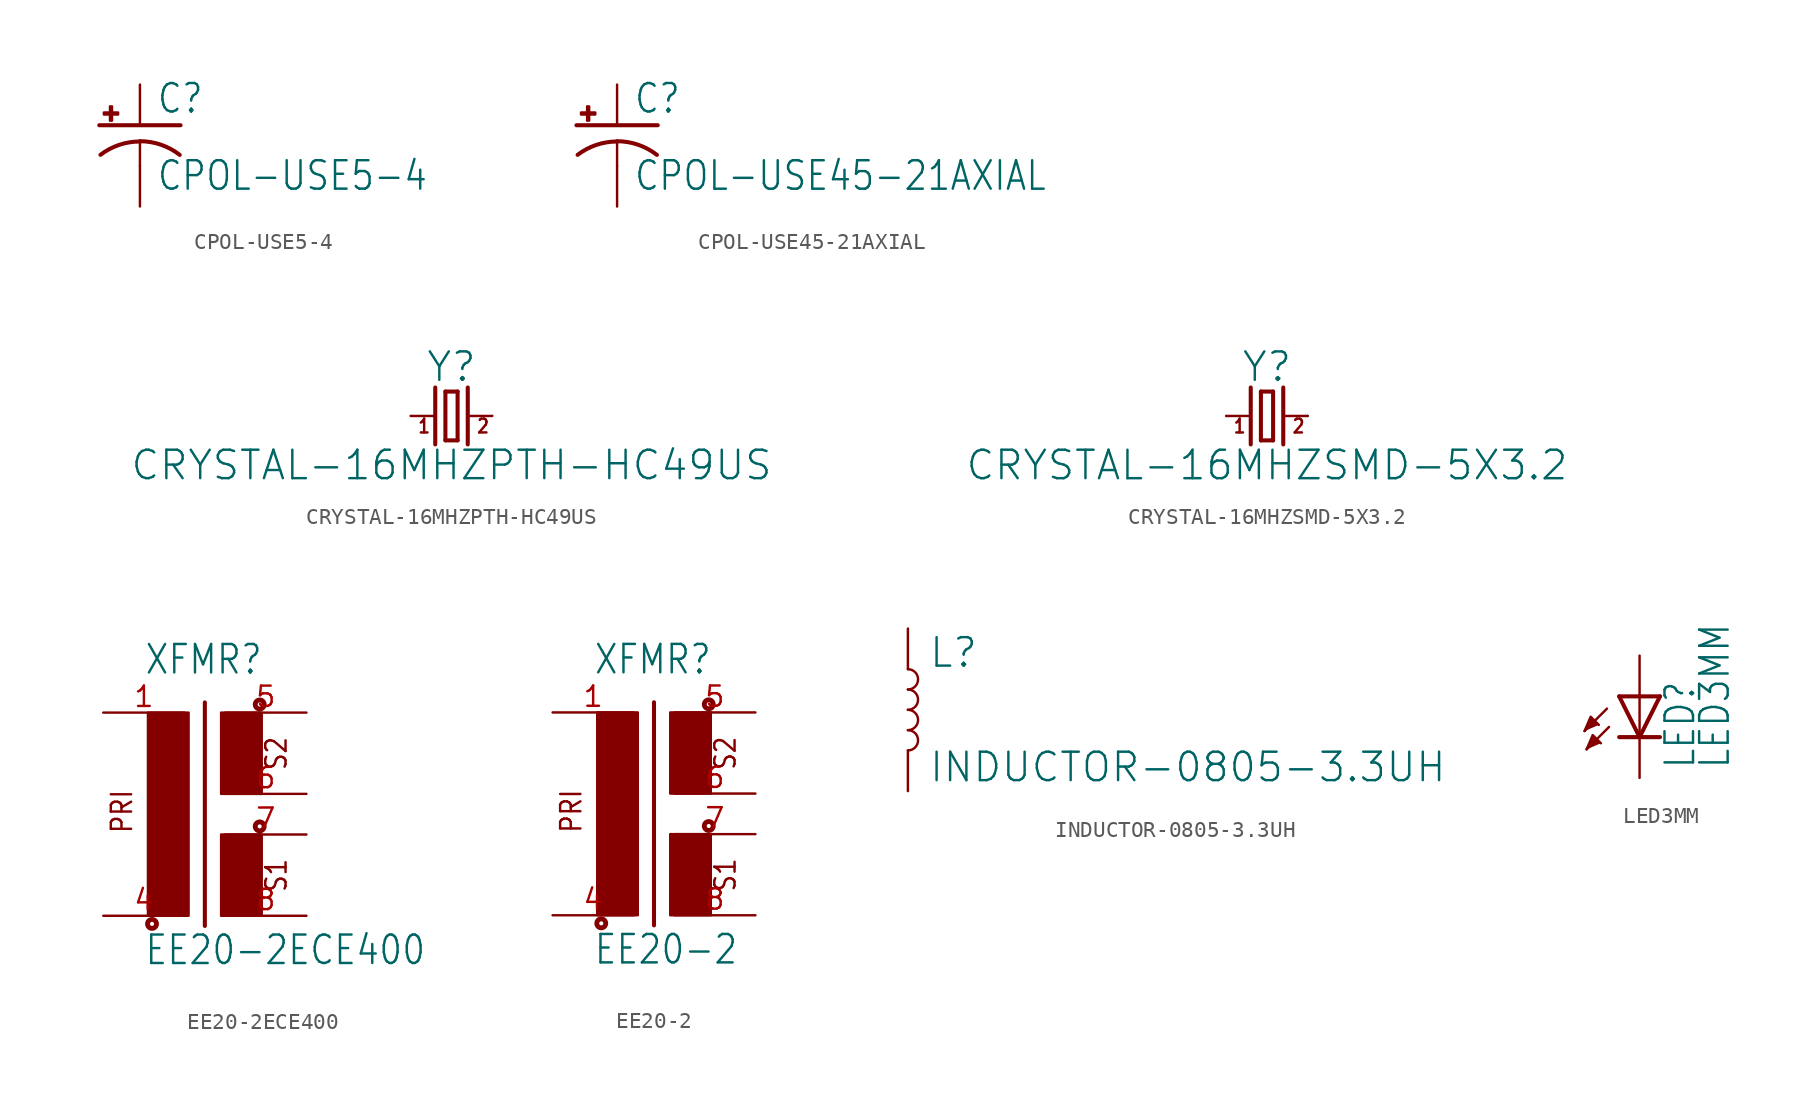
<source format=kicad_sym>
(kicad_symbol_lib
  (version 20220331)
  (generator kicad_symbol_editor)
  (symbol "CPOL-USE5-4"
    (property "Reference" "C"
      (at 1.016 0.635 0)
      (effects (font (size 1.778 1.511)) (justify left bottom)))
    (property "Value" "CPOL-USE5-4"
      (at 1.016 -4.191 0)
      (effects (font (size 1.778 1.511)) (justify left bottom)))
    (property "ki_locked" ""
      (at 0 0 0)
      (effects (font (size 1.27 1.27))))
    (symbol "CPOL-USE5-4_1_0"
      (rectangle (start -2.253 0.668) (end -1.364 0.795) (stroke (width 0) (type default)) (fill (type outline)))
      (rectangle (start -1.872 0.287) (end -1.745 1.176) (stroke (width 0) (type default)) (fill (type outline)))
      (arc (start 0 -1.0161) (mid -1.3021 -1.2302) (end -2.4669 -1.8504) (stroke (width 0.254) (type solid)) (fill (type none)))
      (polyline (pts (xy -2.54 0) (xy 2.54 0)) (stroke (width 0.254) (type solid)) (fill (type none)))
      (polyline (pts (xy 0 -1.016) (xy 0 -2.54)) (stroke (width 0.152) (type solid)) (fill (type none)))
      (arc (start 2.4892 -1.8542) (mid 1.3158 -1.2195) (end 0 -1) (stroke (width 0.254) (type solid)) (fill (type none)))
      (pin passive line (at 0 2.54 270) (length 2.54) (name "+" (effects (font (size 0 0)))) (number "+" (effects (font (size 0 0)))))
      (pin passive line (at 0 -5.08 90) (length 2.54) (name "-" (effects (font (size 0 0)))) (number "-" (effects (font (size 0 0)))))))
  (symbol "CPOL-USE45-21AXIAL"
    (property "Reference" "C"
      (at 1.016 0.635 0)
      (effects (font (size 1.778 1.511)) (justify left bottom)))
    (property "Value" "CPOL-USE45-21AXIAL"
      (at 1.016 -4.191 0)
      (effects (font (size 1.778 1.511)) (justify left bottom)))
    (property "ki_locked" ""
      (at 0 0 0)
      (effects (font (size 1.27 1.27))))
    (symbol "CPOL-USE45-21AXIAL_1_0"
      (rectangle (start -2.253 0.668) (end -1.364 0.795) (stroke (width 0) (type default)) (fill (type outline)))
      (rectangle (start -1.872 0.287) (end -1.745 1.176) (stroke (width 0) (type default)) (fill (type outline)))
      (arc (start 0 -1.0161) (mid -1.3021 -1.2302) (end -2.4669 -1.8504) (stroke (width 0.254) (type solid)) (fill (type none)))
      (polyline (pts (xy -2.54 0) (xy 2.54 0)) (stroke (width 0.254) (type solid)) (fill (type none)))
      (polyline (pts (xy 0 -1.016) (xy 0 -2.54)) (stroke (width 0.152) (type solid)) (fill (type none)))
      (arc (start 2.4892 -1.8542) (mid 1.3158 -1.2195) (end 0 -1) (stroke (width 0.254) (type solid)) (fill (type none)))
      (pin passive line (at 0 2.54 270) (length 2.54) (name "+" (effects (font (size 0 0)))) (number "+" (effects (font (size 0 0)))))
      (pin passive line (at 0 -5.08 90) (length 2.54) (name "-" (effects (font (size 0 0)))) (number "-" (effects (font (size 0 0)))))))
  (symbol "CRYSTAL-16MHZPTH-HC49US"
    (property "Reference" "Y"
      (at 0 2.032 0)
      (effects (font (size 1.778 1.778)) (justify bottom)))
    (property "Value" "CRYSTAL-16MHZPTH-HC49US"
      (at 0 -2.032 0)
      (effects (font (size 1.778 1.778)) (justify top)))
    (property "ki_locked" ""
      (at 0 0 0)
      (effects (font (size 1.27 1.27))))
    (symbol "CRYSTAL-16MHZPTH-HC49US_1_0"
      (polyline (pts (xy -2.54 0) (xy -1.016 0)) (stroke (width 0.152) (type solid)) (fill (type none)))
      (polyline (pts (xy -1.016 1.778) (xy -1.016 -1.778)) (stroke (width 0.254) (type solid)) (fill (type none)))
      (polyline (pts (xy -0.381 -1.524) (xy 0.381 -1.524)) (stroke (width 0.254) (type solid)) (fill (type none)))
      (polyline (pts (xy -0.381 1.524) (xy -0.381 -1.524)) (stroke (width 0.254) (type solid)) (fill (type none)))
      (polyline (pts (xy 0.381 -1.524) (xy 0.381 1.524)) (stroke (width 0.254) (type solid)) (fill (type none)))
      (polyline (pts (xy 0.381 1.524) (xy -0.381 1.524)) (stroke (width 0.254) (type solid)) (fill (type none)))
      (polyline (pts (xy 1.016 0) (xy 2.54 0)) (stroke (width 0.152) (type solid)) (fill (type none)))
      (polyline (pts (xy 1.016 1.778) (xy 1.016 -1.778)) (stroke (width 0.254) (type solid)) (fill (type none)))
      (text "1" (at -2.159 -1.143 0) (effects (font (size 0.864 0.734)) (justify left bottom)))
      (text "2" (at 1.524 -1.143 0) (effects (font (size 0.864 0.734)) (justify left bottom)))
      (pin passive line (at -2.54 0 0) (length 0) (name "1" (effects (font (size 0 0)))) (number "1" (effects (font (size 0 0)))))
      (pin passive line (at 2.54 0 180) (length 0) (name "2" (effects (font (size 0 0)))) (number "2" (effects (font (size 0 0)))))))
  (symbol "CRYSTAL-16MHZSMD-5X3.2"
    (property "Reference" "Y"
      (at 0 2.032 0)
      (effects (font (size 1.778 1.778)) (justify bottom)))
    (property "Value" "CRYSTAL-16MHZSMD-5X3.2"
      (at 0 -2.032 0)
      (effects (font (size 1.778 1.778)) (justify top)))
    (property "ki_locked" ""
      (at 0 0 0)
      (effects (font (size 1.27 1.27))))
    (symbol "CRYSTAL-16MHZSMD-5X3.2_1_0"
      (polyline (pts (xy -2.54 0) (xy -1.016 0)) (stroke (width 0.152) (type solid)) (fill (type none)))
      (polyline (pts (xy -1.016 1.778) (xy -1.016 -1.778)) (stroke (width 0.254) (type solid)) (fill (type none)))
      (polyline (pts (xy -0.381 -1.524) (xy 0.381 -1.524)) (stroke (width 0.254) (type solid)) (fill (type none)))
      (polyline (pts (xy -0.381 1.524) (xy -0.381 -1.524)) (stroke (width 0.254) (type solid)) (fill (type none)))
      (polyline (pts (xy 0.381 -1.524) (xy 0.381 1.524)) (stroke (width 0.254) (type solid)) (fill (type none)))
      (polyline (pts (xy 0.381 1.524) (xy -0.381 1.524)) (stroke (width 0.254) (type solid)) (fill (type none)))
      (polyline (pts (xy 1.016 0) (xy 2.54 0)) (stroke (width 0.152) (type solid)) (fill (type none)))
      (polyline (pts (xy 1.016 1.778) (xy 1.016 -1.778)) (stroke (width 0.254) (type solid)) (fill (type none)))
      (text "1" (at -2.159 -1.143 0) (effects (font (size 0.864 0.734)) (justify left bottom)))
      (text "2" (at 1.524 -1.143 0) (effects (font (size 0.864 0.734)) (justify left bottom)))
      (pin passive line (at -2.54 0 0) (length 0) (name "1" (effects (font (size 0 0)))) (number "1" (effects (font (size 0 0)))))
      (pin passive line (at 2.54 0 180) (length 0) (name "2" (effects (font (size 0 0)))) (number "3" (effects (font (size 0 0)))))))
  (symbol "EE20-2ECE400"
    (property "Reference" "XFMR"
      (at -2.54 7.366 0)
      (effects (font (size 1.778 1.511)) (justify left bottom)))
    (property "Value" "EE20-2ECE400"
      (at -2.54 -10.795 0)
      (effects (font (size 1.778 1.511)) (justify left bottom)))
    (property "ki_locked" ""
      (at 0 0 0)
      (effects (font (size 1.27 1.27))))
    (symbol "EE20-2ECE400_1_0"
      (rectangle (start -2.286 -7.62) (end 0.254 5.08) (stroke (width 0) (type default)) (fill (type outline)))
      (circle (center -2.032 -8.128) (radius 0.127) (stroke (width 0.305) (type solid)) (fill (type none)))
      (polyline (pts (xy 1.27 5.715) (xy 1.27 -8.255)) (stroke (width 0.254) (type solid)) (fill (type none)))
      (rectangle (start 2.286 -7.62) (end 4.826 -2.54) (stroke (width 0) (type default)) (fill (type outline)))
      (rectangle (start 2.286 0) (end 4.826 5.08) (stroke (width 0) (type default)) (fill (type outline)))
      (circle (center 4.699 -2.032) (radius 0.127) (stroke (width 0.305) (type solid)) (fill (type none)))
      (circle (center 4.699 5.588) (radius 0.127) (stroke (width 0.305) (type solid)) (fill (type none)))
      (text "PRI" (at -3.175 -2.54 900) (effects (font (size 1.27 1.079)) (justify left bottom)))
      (text "S1" (at 6.477 -6.223 900) (effects (font (size 1.27 1.079)) (justify left bottom)))
      (text "S2" (at 6.477 1.397 900) (effects (font (size 1.27 1.079)) (justify left bottom)))
      (pin passive line (at -5.08 5.08 0) (length 5.08) (name "1" (effects (font (size 0 0)))) (number "1" (effects (font (size 1.27 1.27)))))
      (pin passive line (at -5.08 -7.62 0) (length 5.08) (name "2" (effects (font (size 0 0)))) (number "4" (effects (font (size 1.27 1.27)))))
      (pin passive line (at 7.62 5.08 180) (length 5.08) (name "6" (effects (font (size 0 0)))) (number "5" (effects (font (size 1.27 1.27)))))
      (pin passive line (at 7.62 0 180) (length 5.08) (name "5" (effects (font (size 0 0)))) (number "6" (effects (font (size 1.27 1.27)))))
      (pin passive line (at 7.62 -2.54 180) (length 5.08) (name "4" (effects (font (size 0 0)))) (number "7" (effects (font (size 1.27 1.27)))))
      (pin passive line (at 7.62 -7.62 180) (length 5.08) (name "3" (effects (font (size 0 0)))) (number "8" (effects (font (size 1.27 1.27)))))))
  (symbol "EE20-2"
    (property "Reference" "XFMR"
      (at -2.54 7.366 0)
      (effects (font (size 1.778 1.511)) (justify left bottom)))
    (property "Value" "EE20-2"
      (at -2.54 -10.795 0)
      (effects (font (size 1.778 1.511)) (justify left bottom)))
    (property "ki_locked" ""
      (at 0 0 0)
      (effects (font (size 1.27 1.27))))
    (symbol "EE20-2_1_0"
      (rectangle (start -2.286 -7.62) (end 0.254 5.08) (stroke (width 0) (type default)) (fill (type outline)))
      (circle (center -2.032 -8.128) (radius 0.127) (stroke (width 0.305) (type solid)) (fill (type none)))
      (polyline (pts (xy 1.27 5.715) (xy 1.27 -8.255)) (stroke (width 0.254) (type solid)) (fill (type none)))
      (rectangle (start 2.286 -7.62) (end 4.826 -2.54) (stroke (width 0) (type default)) (fill (type outline)))
      (rectangle (start 2.286 0) (end 4.826 5.08) (stroke (width 0) (type default)) (fill (type outline)))
      (circle (center 4.699 -2.032) (radius 0.127) (stroke (width 0.305) (type solid)) (fill (type none)))
      (circle (center 4.699 5.588) (radius 0.127) (stroke (width 0.305) (type solid)) (fill (type none)))
      (text "PRI" (at -3.175 -2.54 900) (effects (font (size 1.27 1.079)) (justify left bottom)))
      (text "S1" (at 6.477 -6.223 900) (effects (font (size 1.27 1.079)) (justify left bottom)))
      (text "S2" (at 6.477 1.397 900) (effects (font (size 1.27 1.079)) (justify left bottom)))
      (pin passive line (at -5.08 5.08 0) (length 5.08) (name "1" (effects (font (size 0 0)))) (number "1" (effects (font (size 1.27 1.27)))))
      (pin passive line (at -5.08 -7.62 0) (length 5.08) (name "2" (effects (font (size 0 0)))) (number "4" (effects (font (size 1.27 1.27)))))
      (pin passive line (at 7.62 5.08 180) (length 5.08) (name "6" (effects (font (size 0 0)))) (number "5" (effects (font (size 1.27 1.27)))))
      (pin passive line (at 7.62 0 180) (length 5.08) (name "5" (effects (font (size 0 0)))) (number "6" (effects (font (size 1.27 1.27)))))
      (pin passive line (at 7.62 -2.54 180) (length 5.08) (name "4" (effects (font (size 0 0)))) (number "7" (effects (font (size 1.27 1.27)))))
      (pin passive line (at 7.62 -7.62 180) (length 5.08) (name "3" (effects (font (size 0 0)))) (number "8" (effects (font (size 1.27 1.27)))))))
  (symbol "INDUCTOR-0805-3.3UH"
    (property "Reference" "L"
      (at 1.27 2.54 0)
      (effects (font (size 1.778 1.778)) (justify left bottom)))
    (property "Value" "INDUCTOR-0805-3.3UH"
      (at 1.27 -2.54 0)
      (effects (font (size 1.778 1.778)) (justify left top)))
    (property "ki_locked" ""
      (at 0 0 0)
      (effects (font (size 1.27 1.27))))
    (symbol "INDUCTOR-0805-3.3UH_1_0"
      (arc (start 0 -2.54) (mid 0.635 -1.905) (end 0 -1.27) (stroke (width 0.1524) (type solid)) (fill (type none)))
      (arc (start 0 -1.27) (mid 0.635 -0.635) (end 0 0) (stroke (width 0.1524) (type solid)) (fill (type none)))
      (arc (start 0 0) (mid 0.635 0.635) (end 0 1.27) (stroke (width 0.1524) (type solid)) (fill (type none)))
      (arc (start 0 1.27) (mid 0.635 1.905) (end 0 2.54) (stroke (width 0.1524) (type solid)) (fill (type none)))
      (pin passive line (at 0 5.08 270) (length 2.54) (name "1" (effects (font (size 0 0)))) (number "1" (effects (font (size 0 0)))))
      (pin passive line (at 0 -5.08 90) (length 2.54) (name "2" (effects (font (size 0 0)))) (number "2" (effects (font (size 0 0)))))))
  (symbol "LED3MM"
    (property "Reference" "LED"
      (at 3.556 -4.572 90)
      (effects (font (size 1.778 1.511)) (justify left bottom)))
    (property "Value" "LED3MM"
      (at 5.715 -4.572 90)
      (effects (font (size 1.778 1.511)) (justify left bottom)))
    (property "ki_locked" ""
      (at 0 0 0)
      (effects (font (size 1.27 1.27))))
    (symbol "LED3MM_1_0"
      (polyline (pts (xy -2.032 -0.762) (xy -3.429 -2.159)) (stroke (width 0.152) (type solid)) (fill (type none)))
      (polyline (pts (xy -1.905 -1.905) (xy -3.302 -3.302)) (stroke (width 0.152) (type solid)) (fill (type none)))
      (polyline (pts (xy 0 -2.54) (xy -1.27 -2.54)) (stroke (width 0.254) (type solid)) (fill (type none)))
      (polyline (pts (xy 0 -2.54) (xy -1.27 0)) (stroke (width 0.254) (type solid)) (fill (type none)))
      (polyline (pts (xy 0 0) (xy -1.27 0)) (stroke (width 0.254) (type solid)) (fill (type none)))
      (polyline (pts (xy 0 0) (xy 0 -2.54)) (stroke (width 0.152) (type solid)) (fill (type none)))
      (polyline (pts (xy 1.27 -2.54) (xy 0 -2.54)) (stroke (width 0.254) (type solid)) (fill (type none)))
      (polyline (pts (xy 1.27 0) (xy 0 -2.54)) (stroke (width 0.254) (type solid)) (fill (type none)))
      (polyline (pts (xy 1.27 0) (xy 0 0)) (stroke (width 0.254) (type solid)) (fill (type none)))
      (polyline (pts (xy -3.429 -2.159) (xy -3.048 -1.27) (xy -2.54 -1.778)) (stroke (width 0) (type default)) (fill (type outline)))
      (polyline (pts (xy -3.302 -3.302) (xy -2.921 -2.413) (xy -2.413 -2.921)) (stroke (width 0) (type default)) (fill (type outline)))
      (pin passive line (at 0 2.54 270) (length 2.54) (name "A" (effects (font (size 0 0)))) (number "A" (effects (font (size 0 0)))))
      (pin passive line (at 0 -5.08 90) (length 2.54) (name "C" (effects (font (size 0 0)))) (number "K" (effects (font (size 0 0))))))))
</source>
